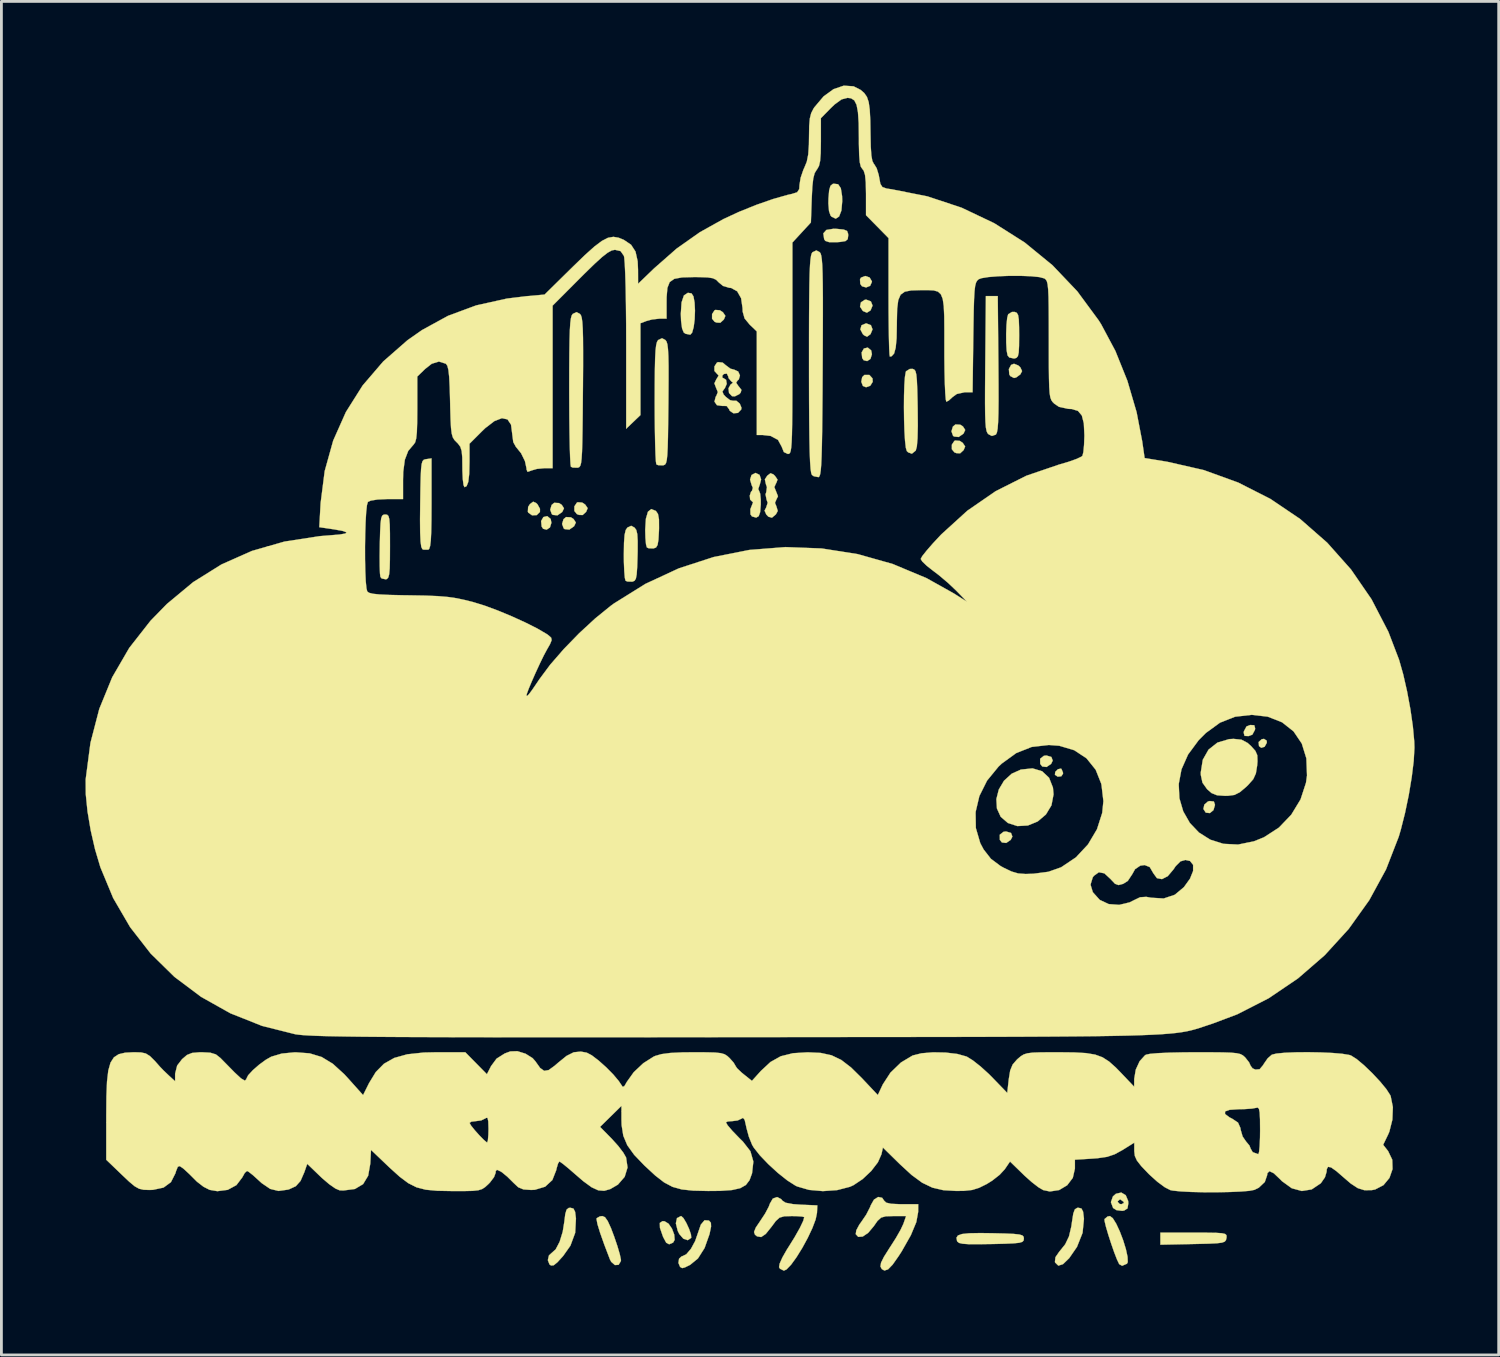
<source format=kicad_pcb>
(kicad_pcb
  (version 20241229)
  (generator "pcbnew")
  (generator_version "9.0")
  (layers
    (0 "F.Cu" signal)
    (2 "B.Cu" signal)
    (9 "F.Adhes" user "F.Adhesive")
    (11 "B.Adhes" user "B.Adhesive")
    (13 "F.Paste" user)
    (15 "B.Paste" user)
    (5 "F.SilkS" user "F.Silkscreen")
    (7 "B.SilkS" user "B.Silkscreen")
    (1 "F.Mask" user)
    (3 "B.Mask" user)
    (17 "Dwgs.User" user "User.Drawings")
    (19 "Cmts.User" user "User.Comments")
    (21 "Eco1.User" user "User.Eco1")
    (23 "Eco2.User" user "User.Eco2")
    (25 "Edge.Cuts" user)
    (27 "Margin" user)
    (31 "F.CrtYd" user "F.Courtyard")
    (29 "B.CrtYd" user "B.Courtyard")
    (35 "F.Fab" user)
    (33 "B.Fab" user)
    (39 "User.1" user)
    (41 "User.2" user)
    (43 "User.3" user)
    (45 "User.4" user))
  (footprint "HackCooper"
    (layer "F.Cu")
    (at 23.684 24.569)
    (property "Reference" "HackCooper" (at 0 0 0) (layer "F.SilkS") (effects (font (size 1.524 1.524) (thickness 0.3))))
    (attr through_hole)
    (fp_poly (pts (xy 18.439 -1.205) (xy 18.442 -1.129) (xy 18.364 -0.988) (xy 18.244 -0.951) (xy 18.164 -1.012) (xy 18.15 -1.157) (xy 18.261 -1.257) (xy 18.342 -1.27) (xy 18.439 -1.205)) (stroke (width 0.01) (type solid)) (fill yes) (layer "F.SilkS"))
    (fp_poly (pts (xy -7.096 -9.112) (xy -7.07 -8.975) (xy -7.122 -8.809) (xy -7.24 -8.731) (xy -7.365 -8.762) (xy -7.418 -8.841) (xy -7.437 -9.038) (xy -7.356 -9.18) (xy -7.218 -9.213) (xy -7.096 -9.112)) (stroke (width 0.01) (type solid)) (fill yes) (layer "F.SilkS"))
    (fp_poly (pts (xy 4.271 -14.247) (xy 4.381 -14.125) (xy 4.389 -14.003) (xy 4.3 -13.862) (xy 4.151 -13.809) (xy 4.039 -13.854) (xy 3.981 -14.003) (xy 4.012 -14.169) (xy 4.093 -14.249) (xy 4.271 -14.247)) (stroke (width 0.01) (type solid)) (fill yes) (layer "F.SilkS"))
    (fp_poly (pts (xy 4.334 -15.123) (xy 4.36 -14.986) (xy 4.308 -14.82) (xy 4.19 -14.742) (xy 4.065 -14.773) (xy 4.012 -14.853) (xy 3.993 -15.05) (xy 4.074 -15.191) (xy 4.212 -15.224) (xy 4.334 -15.123)) (stroke (width 0.01) (type solid)) (fill yes) (layer "F.SilkS"))
    (fp_poly (pts (xy 9.321 2.085) (xy 9.369 2.215) (xy 9.31 2.332) (xy 9.149 2.442) (xy 8.995 2.424) (xy 8.922 2.332) (xy 8.919 2.149) (xy 9.053 2.044) (xy 9.144 2.032) (xy 9.321 2.085)) (stroke (width 0.01) (type solid)) (fill yes) (layer "F.SilkS"))
    (fp_poly (pts (xy 10.76 -0.625) (xy 10.808 -0.495) (xy 10.75 -0.377) (xy 10.588 -0.267) (xy 10.434 -0.285) (xy 10.362 -0.377) (xy 10.359 -0.56) (xy 10.492 -0.666) (xy 10.583 -0.677) (xy 10.76 -0.625)) (stroke (width 0.01) (type solid)) (fill yes) (layer "F.SilkS"))
    (fp_poly (pts (xy 11.12 -0.197) (xy 11.173 -0.069) (xy 11.176 -0.028) (xy 11.113 0.065) (xy 10.985 0.078) (xy 10.886 0.01) (xy 10.898 -0.093) (xy 10.993 -0.187) (xy 11.099 -0.21) (xy 11.12 -0.197)) (stroke (width 0.01) (type solid)) (fill yes) (layer "F.SilkS"))
    (fp_poly (pts (xy 16.555 0.964) (xy 16.595 1.084) (xy 16.54 1.272) (xy 16.412 1.377) (xy 16.266 1.361) (xy 16.181 1.231) (xy 16.214 1.076) (xy 16.343 0.963) (xy 16.405 0.947) (xy 16.555 0.964)) (stroke (width 0.01) (type solid)) (fill yes) (layer "F.SilkS"))
    (fp_poly (pts (xy 4.278 -17.724) (xy 4.359 -17.587) (xy 4.36 -17.567) (xy 4.296 -17.425) (xy 4.153 -17.368) (xy 4.006 -17.41) (xy 3.945 -17.493) (xy 3.935 -17.655) (xy 3.968 -17.717) (xy 4.121 -17.777) (xy 4.278 -17.724)) (stroke (width 0.01) (type solid)) (fill yes) (layer "F.SilkS"))
    (fp_poly (pts (xy 17.995 -1.757) (xy 18.026 -1.647) (xy 18.02 -1.594) (xy 17.927 -1.42) (xy 17.794 -1.369) (xy 17.649 -1.376) (xy 17.619 -1.486) (xy 17.625 -1.538) (xy 17.718 -1.713) (xy 17.85 -1.764) (xy 17.995 -1.757)) (stroke (width 0.01) (type solid)) (fill yes) (layer "F.SilkS"))
    (fp_poly (pts (xy -7.617 -9.683) (xy -7.566 -9.634) (xy -7.477 -9.473) (xy -7.479 -9.362) (xy -7.594 -9.25) (xy -7.76 -9.242) (xy -7.894 -9.337) (xy -7.91 -9.371) (xy -7.9 -9.543) (xy -7.835 -9.643) (xy -7.72 -9.728) (xy -7.617 -9.683)) (stroke (width 0.01) (type solid)) (fill yes) (layer "F.SilkS"))
    (fp_poly (pts (xy -6.798 -9.679) (xy -6.702 -9.617) (xy -6.621 -9.492) (xy -6.682 -9.364) (xy -6.685 -9.36) (xy -6.855 -9.241) (xy -7.021 -9.258) (xy -7.056 -9.285) (xy -7.113 -9.442) (xy -7.062 -9.612) (xy -6.97 -9.688) (xy -6.798 -9.679)) (stroke (width 0.01) (type solid)) (fill yes) (layer "F.SilkS"))
    (fp_poly (pts (xy -6.374 -9.171) (xy -6.279 -9.109) (xy -6.198 -8.984) (xy -6.259 -8.856) (xy -6.262 -8.852) (xy -6.431 -8.733) (xy -6.597 -8.75) (xy -6.632 -8.777) (xy -6.69 -8.934) (xy -6.638 -9.104) (xy -6.547 -9.18) (xy -6.374 -9.171)) (stroke (width 0.01) (type solid)) (fill yes) (layer "F.SilkS"))
    (fp_poly (pts (xy 4.324 -16.87) (xy 4.383 -16.722) (xy 4.314 -16.555) (xy 4.305 -16.545) (xy 4.181 -16.468) (xy 4.043 -16.526) (xy 4.034 -16.533) (xy 3.936 -16.682) (xy 3.967 -16.836) (xy 4.107 -16.928) (xy 4.16 -16.933) (xy 4.324 -16.87)) (stroke (width 0.01) (type solid)) (fill yes) (layer "F.SilkS"))
    (fp_poly (pts (xy 4.324 -16.023) (xy 4.382 -15.876) (xy 4.313 -15.707) (xy 4.299 -15.693) (xy 4.186 -15.611) (xy 4.081 -15.661) (xy 4.037 -15.702) (xy 3.947 -15.872) (xy 3.989 -16.019) (xy 4.147 -16.086) (xy 4.16 -16.087) (xy 4.324 -16.023)) (stroke (width 0.01) (type solid)) (fill yes) (layer "F.SilkS"))
    (fp_poly (pts (xy 7.511 -12.473) (xy 7.607 -12.411) (xy 7.687 -12.286) (xy 7.627 -12.158) (xy 7.624 -12.154) (xy 7.454 -12.035) (xy 7.288 -12.052) (xy 7.253 -12.079) (xy 7.196 -12.236) (xy 7.247 -12.406) (xy 7.339 -12.482) (xy 7.511 -12.473)) (stroke (width 0.01) (type solid)) (fill yes) (layer "F.SilkS"))
    (fp_poly (pts (xy 9.578 -14.587) (xy 9.652 -14.52) (xy 9.715 -14.385) (xy 9.652 -14.266) (xy 9.506 -14.159) (xy 9.427 -14.139) (xy 9.295 -14.208) (xy 9.259 -14.266) (xy 9.244 -14.458) (xy 9.324 -14.606) (xy 9.427 -14.647) (xy 9.578 -14.587)) (stroke (width 0.01) (type solid)) (fill yes) (layer "F.SilkS"))
    (fp_poly (pts (xy -5.971 -9.696) (xy -5.864 -9.625) (xy -5.777 -9.497) (xy -5.827 -9.375) (xy -5.838 -9.36) (xy -5.956 -9.252) (xy -6.086 -9.257) (xy -6.16 -9.285) (xy -6.251 -9.396) (xy -6.251 -9.56) (xy -6.164 -9.692) (xy -6.132 -9.709) (xy -5.971 -9.696)) (stroke (width 0.01) (type solid)) (fill yes) (layer "F.SilkS"))
    (fp_poly (pts (xy -1.061 -16.554) (xy -0.953 -16.483) (xy -0.866 -16.355) (xy -0.916 -16.233) (xy -0.928 -16.218) (xy -1.045 -16.11) (xy -1.175 -16.115) (xy -1.249 -16.143) (xy -1.341 -16.254) (xy -1.34 -16.418) (xy -1.254 -16.55) (xy -1.221 -16.567) (xy -1.061 -16.554)) (stroke (width 0.01) (type solid)) (fill yes) (layer "F.SilkS"))
    (fp_poly (pts (xy 7.491 -11.897) (xy 7.598 -11.827) (xy 7.685 -11.698) (xy 7.635 -11.576) (xy 7.624 -11.561) (xy 7.506 -11.453) (xy 7.376 -11.459) (xy 7.303 -11.486) (xy 7.211 -11.597) (xy 7.211 -11.762) (xy 7.298 -11.893) (xy 7.33 -11.91) (xy 7.491 -11.897)) (stroke (width 0.01) (type solid)) (fill yes) (layer "F.SilkS"))
    (fp_poly (pts (xy -3.035 15.933) (xy -2.893 16.019) (xy -2.77 16.197) (xy -2.69 16.409) (xy -2.675 16.597) (xy -2.73 16.694) (xy -2.871 16.754) (xy -2.975 16.7) (xy -3.078 16.509) (xy -3.095 16.47) (xy -3.199 16.169) (xy -3.204 15.993) (xy -3.108 15.929) (xy -3.035 15.933)) (stroke (width 0.01) (type solid)) (fill yes) (layer "F.SilkS"))
    (fp_poly (pts (xy -2.362 15.819) (xy -2.259 15.992) (xy -2.16 16.206) (xy -2.093 16.404) (xy -2.083 16.524) (xy -2.085 16.527) (xy -2.209 16.608) (xy -2.364 16.555) (xy -2.51 16.388) (xy -2.565 16.277) (xy -2.632 16.006) (xy -2.592 15.821) (xy -2.451 15.748) (xy -2.441 15.748) (xy -2.362 15.819)) (stroke (width 0.01) (type solid)) (fill yes) (layer "F.SilkS"))
    (fp_poly (pts (xy 3.111 -19.457) (xy 3.355 -19.432) (xy 3.474 -19.383) (xy 3.511 -19.283) (xy 3.514 -19.219) (xy 3.497 -19.09) (xy 3.418 -19.022) (xy 3.231 -18.991) (xy 3.111 -18.982) (xy 2.842 -18.981) (xy 2.699 -19.028) (xy 2.657 -19.088) (xy 2.627 -19.297) (xy 2.736 -19.419) (xy 2.989 -19.461) (xy 3.111 -19.457)) (stroke (width 0.01) (type solid)) (fill yes) (layer "F.SilkS"))
    (fp_poly (pts (xy -2.072 -17.156) (xy -2.004 -17.05) (xy -1.964 -16.829) (xy -1.95 -16.541) (xy -1.961 -16.234) (xy -1.996 -15.957) (xy -2.052 -15.756) (xy -2.118 -15.683) (xy -2.286 -15.716) (xy -2.351 -15.762) (xy -2.41 -15.907) (xy -2.446 -16.176) (xy -2.455 -16.432) (xy -2.428 -16.836) (xy -2.345 -17.083) (xy -2.203 -17.177) (xy -2.072 -17.156)) (stroke (width 0.01) (type solid)) (fill yes) (layer "F.SilkS"))
    (fp_poly (pts (xy 3.154 -21.049) (xy 3.251 -20.908) (xy 3.296 -20.627) (xy 3.301 -20.443) (xy 3.272 -20.112) (xy 3.19 -19.899) (xy 3.07 -19.82) (xy 2.923 -19.89) (xy 2.885 -19.932) (xy 2.83 -20.09) (xy 2.807 -20.364) (xy 2.811 -20.545) (xy 2.835 -20.833) (xy 2.881 -20.991) (xy 2.961 -21.059) (xy 2.996 -21.068) (xy 3.154 -21.049)) (stroke (width 0.01) (type solid)) (fill yes) (layer "F.SilkS"))
    (fp_poly (pts (xy 16.308 16.341) (xy 16.634 16.346) (xy 16.841 16.36) (xy 16.956 16.386) (xy 17.003 16.429) (xy 17.008 16.492) (xy 17.003 16.531) (xy 16.985 16.607) (xy 16.94 16.66) (xy 16.841 16.696) (xy 16.66 16.718) (xy 16.37 16.732) (xy 15.945 16.742) (xy 15.812 16.745) (xy 14.647 16.769) (xy 14.647 16.341) (xy 15.839 16.341) (xy 16.308 16.341)) (stroke (width 0.01) (type solid)) (fill yes) (layer "F.SilkS"))
    (fp_poly (pts (xy 10.43 -0.115) (xy 10.678 0.118) (xy 10.816 0.469) (xy 10.837 0.71) (xy 10.763 1.099) (xy 10.564 1.428) (xy 10.272 1.675) (xy 9.922 1.819) (xy 9.548 1.84) (xy 9.21 1.731) (xy 8.952 1.508) (xy 8.818 1.213) (xy 8.798 0.877) (xy 8.885 0.536) (xy 9.07 0.224) (xy 9.344 -0.027) (xy 9.673 -0.175) (xy 10.088 -0.218) (xy 10.43 -0.115)) (stroke (width 0.01) (type solid)) (fill yes) (layer "F.SilkS"))
    (fp_poly (pts (xy -5.159 15.788) (xy -5.061 15.926) (xy -4.943 16.184) (xy -4.831 16.482) (xy -4.716 16.82) (xy -4.632 17.108) (xy -4.591 17.302) (xy -4.591 17.349) (xy -4.672 17.486) (xy -4.805 17.495) (xy -4.936 17.382) (xy -4.981 17.297) (xy -5.183 16.769) (xy -5.334 16.342) (xy -5.429 16.032) (xy -5.461 15.854) (xy -5.456 15.824) (xy -5.341 15.759) (xy -5.252 15.748) (xy -5.159 15.788)) (stroke (width 0.01) (type solid)) (fill yes) (layer "F.SilkS"))
    (fp_poly (pts (xy -3.347 -9.4) (xy -3.341 -9.395) (xy -3.269 -9.289) (xy -3.234 -9.098) (xy -3.232 -8.785) (xy -3.235 -8.686) (xy -3.253 -8.369) (xy -3.284 -8.185) (xy -3.339 -8.094) (xy -3.43 -8.061) (xy -3.432 -8.061) (xy -3.601 -8.067) (xy -3.665 -8.096) (xy -3.696 -8.206) (xy -3.717 -8.435) (xy -3.725 -8.724) (xy -3.7 -9.122) (xy -3.627 -9.371) (xy -3.508 -9.465) (xy -3.347 -9.4)) (stroke (width 0.01) (type solid)) (fill yes) (layer "F.SilkS"))
    (fp_poly (pts (xy 9.525 -16.465) (xy 9.572 -16.386) (xy 9.598 -16.226) (xy 9.608 -15.952) (xy 9.61 -15.662) (xy 9.607 -15.288) (xy 9.595 -15.051) (xy 9.566 -14.918) (xy 9.513 -14.856) (xy 9.43 -14.833) (xy 9.258 -14.87) (xy 9.197 -14.946) (xy 9.165 -15.119) (xy 9.149 -15.393) (xy 9.147 -15.715) (xy 9.159 -16.029) (xy 9.184 -16.281) (xy 9.219 -16.412) (xy 9.353 -16.494) (xy 9.45 -16.496) (xy 9.525 -16.465)) (stroke (width 0.01) (type solid)) (fill yes) (layer "F.SilkS"))
    (fp_poly (pts (xy 12.949 15.823) (xy 13.071 16.019) (xy 13.2 16.296) (xy 13.32 16.612) (xy 13.417 16.928) (xy 13.476 17.2) (xy 13.484 17.39) (xy 13.454 17.448) (xy 13.282 17.521) (xy 13.179 17.463) (xy 13.176 17.458) (xy 13.1 17.298) (xy 13 17.04) (xy 12.892 16.73) (xy 12.789 16.412) (xy 12.706 16.13) (xy 12.658 15.928) (xy 12.654 15.855) (xy 12.762 15.764) (xy 12.848 15.748) (xy 12.949 15.823)) (stroke (width 0.01) (type solid)) (fill yes) (layer "F.SilkS"))
    (fp_poly (pts (xy -6.283 15.481) (xy -6.225 15.596) (xy -6.195 15.833) (xy -6.222 16.345) (xy -6.391 16.802) (xy -6.651 17.17) (xy -6.855 17.395) (xy -6.988 17.503) (xy -7.083 17.511) (xy -7.14 17.47) (xy -7.197 17.319) (xy -7.158 17.152) (xy -7.074 17.074) (xy -6.918 16.935) (xy -6.777 16.666) (xy -6.667 16.308) (xy -6.611 15.96) (xy -6.575 15.674) (xy -6.529 15.519) (xy -6.455 15.459) (xy -6.392 15.452) (xy -6.283 15.481)) (stroke (width 0.01) (type solid)) (fill yes) (layer "F.SilkS"))
    (fp_poly (pts (xy 11.833 15.479) (xy 11.89 15.589) (xy 11.919 15.822) (xy 11.921 15.852) (xy 11.872 16.347) (xy 11.673 16.847) (xy 11.394 17.251) (xy 11.174 17.463) (xy 11.008 17.516) (xy 10.896 17.408) (xy 10.886 17.385) (xy 10.905 17.214) (xy 11.036 17.025) (xy 11.252 16.756) (xy 11.388 16.472) (xy 11.473 16.11) (xy 11.497 15.938) (xy 11.541 15.659) (xy 11.595 15.511) (xy 11.678 15.456) (xy 11.727 15.452) (xy 11.833 15.479)) (stroke (width 0.01) (type solid)) (fill yes) (layer "F.SilkS"))
    (fp_poly (pts (xy 8.87 -14.638) (xy 8.875 -13.906) (xy 8.876 -13.326) (xy 8.871 -12.883) (xy 8.86 -12.558) (xy 8.843 -12.334) (xy 8.818 -12.197) (xy 8.785 -12.127) (xy 8.778 -12.12) (xy 8.639 -12.072) (xy 8.522 -12.13) (xy 8.48 -12.174) (xy 8.448 -12.249) (xy 8.424 -12.375) (xy 8.408 -12.571) (xy 8.398 -12.855) (xy 8.394 -13.247) (xy 8.395 -13.764) (xy 8.4 -14.427) (xy 8.402 -14.647) (xy 8.424 -17.06) (xy 8.848 -17.06) (xy 8.87 -14.638)) (stroke (width 0.01) (type solid)) (fill yes) (layer "F.SilkS"))
    (fp_poly (pts (xy -11.345 -9.667) (xy -11.348 -9.082) (xy -11.356 -8.647) (xy -11.371 -8.342) (xy -11.395 -8.148) (xy -11.429 -8.045) (xy -11.459 -8.018) (xy -11.627 -8.016) (xy -11.672 -8.036) (xy -11.71 -8.115) (xy -11.736 -8.308) (xy -11.751 -8.628) (xy -11.755 -9.089) (xy -11.749 -9.658) (xy -11.741 -10.207) (xy -11.731 -10.61) (xy -11.718 -10.889) (xy -11.697 -11.069) (xy -11.667 -11.172) (xy -11.623 -11.222) (xy -11.563 -11.241) (xy -11.536 -11.245) (xy -11.345 -11.272) (xy -11.345 -9.667)) (stroke (width 0.01) (type solid)) (fill yes) (layer "F.SilkS"))
    (fp_poly (pts (xy -4.104 -8.803) (xy -4.044 -8.721) (xy -4.008 -8.573) (xy -3.993 -8.329) (xy -3.994 -7.957) (xy -3.998 -7.798) (xy -4.011 -7.398) (xy -4.029 -7.136) (xy -4.058 -6.983) (xy -4.106 -6.907) (xy -4.177 -6.878) (xy -4.194 -6.876) (xy -4.363 -6.881) (xy -4.427 -6.911) (xy -4.452 -7.016) (xy -4.472 -7.251) (xy -4.485 -7.579) (xy -4.487 -7.835) (xy -4.481 -8.26) (xy -4.46 -8.544) (xy -4.42 -8.717) (xy -4.36 -8.805) (xy -4.226 -8.868) (xy -4.104 -8.803)) (stroke (width 0.01) (type solid)) (fill yes) (layer "F.SilkS"))
    (fp_poly (pts (xy -1.456 15.907) (xy -1.445 15.914) (xy -1.382 15.987) (xy -1.376 16.123) (xy -1.427 16.37) (xy -1.433 16.396) (xy -1.607 16.886) (xy -1.844 17.259) (xy -2.121 17.486) (xy -2.309 17.579) (xy -2.405 17.604) (xy -2.466 17.571) (xy -2.484 17.554) (xy -2.54 17.419) (xy -2.518 17.269) (xy -2.432 17.188) (xy -2.419 17.187) (xy -2.262 17.112) (xy -2.093 16.915) (xy -1.943 16.638) (xy -1.851 16.371) (xy -1.74 16.051) (xy -1.609 15.897) (xy -1.456 15.907)) (stroke (width 0.01) (type solid)) (fill yes) (layer "F.SilkS"))
    (fp_poly (pts (xy 13.412 15.004) (xy 13.498 15.209) (xy 13.504 15.292) (xy 13.475 15.474) (xy 13.357 15.55) (xy 13.285 15.562) (xy 13.08 15.536) (xy 12.961 15.46) (xy 12.883 15.254) (xy 12.887 15.24) (xy 13.123 15.24) (xy 13.192 15.314) (xy 13.255 15.325) (xy 13.343 15.284) (xy 13.335 15.24) (xy 13.227 15.159) (xy 13.203 15.155) (xy 13.126 15.22) (xy 13.123 15.24) (xy 12.887 15.24) (xy 12.953 15.049) (xy 13.06 14.953) (xy 13.253 14.909) (xy 13.412 15.004)) (stroke (width 0.01) (type solid)) (fill yes) (layer "F.SilkS"))
    (fp_poly (pts (xy 8.643 16.359) (xy 9.101 16.37) (xy 9.416 16.384) (xy 9.615 16.405) (xy 9.724 16.437) (xy 9.77 16.485) (xy 9.779 16.552) (xy 9.769 16.62) (xy 9.723 16.668) (xy 9.614 16.7) (xy 9.416 16.72) (xy 9.102 16.734) (xy 8.647 16.745) (xy 8.613 16.745) (xy 8.14 16.752) (xy 7.809 16.75) (xy 7.595 16.735) (xy 7.47 16.706) (xy 7.409 16.66) (xy 7.395 16.634) (xy 7.375 16.52) (xy 7.427 16.44) (xy 7.572 16.388) (xy 7.83 16.361) (xy 8.221 16.354) (xy 8.643 16.359)) (stroke (width 0.01) (type solid)) (fill yes) (layer "F.SilkS"))
    (fp_poly (pts (xy -12.928 -9.262) (xy -12.881 -9.217) (xy -12.852 -9.11) (xy -12.835 -8.914) (xy -12.828 -8.603) (xy -12.827 -8.15) (xy -12.827 -8.129) (xy -12.829 -7.666) (xy -12.837 -7.346) (xy -12.856 -7.141) (xy -12.887 -7.026) (xy -12.935 -6.972) (xy -12.975 -6.959) (xy -13.123 -6.99) (xy -13.169 -7.047) (xy -13.184 -7.173) (xy -13.193 -7.431) (xy -13.195 -7.785) (xy -13.19 -8.196) (xy -13.19 -8.217) (xy -13.178 -8.656) (xy -13.163 -8.952) (xy -13.14 -9.134) (xy -13.104 -9.23) (xy -13.05 -9.266) (xy -12.996 -9.271) (xy -12.928 -9.262)) (stroke (width 0.01) (type solid)) (fill yes) (layer "F.SilkS"))
    (fp_poly (pts (xy 17.541 -1.24) (xy 17.758 -1.124) (xy 17.882 -1.012) (xy 18.035 -0.841) (xy 18.103 -0.685) (xy 18.11 -0.47) (xy 18.098 -0.319) (xy 18.053 -0.038) (xy 17.959 0.168) (xy 17.776 0.375) (xy 17.71 0.439) (xy 17.482 0.632) (xy 17.29 0.729) (xy 17.059 0.76) (xy 16.952 0.762) (xy 16.668 0.742) (xy 16.472 0.663) (xy 16.314 0.525) (xy 16.148 0.293) (xy 16.089 0.018) (xy 16.087 -0.072) (xy 16.159 -0.524) (xy 16.364 -0.886) (xy 16.682 -1.137) (xy 17.096 -1.26) (xy 17.257 -1.27) (xy 17.541 -1.24)) (stroke (width 0.01) (type solid)) (fill yes) (layer "F.SilkS"))
    (fp_poly (pts (xy 0.843 -10.704) (xy 0.903 -10.648) (xy 0.994 -10.515) (xy 0.949 -10.393) (xy 0.94 -10.383) (xy 0.88 -10.248) (xy 0.946 -10.084) (xy 1.01 -9.921) (xy 0.956 -9.813) (xy 0.902 -9.685) (xy 0.953 -9.563) (xy 1.002 -9.398) (xy 0.937 -9.278) (xy 0.795 -9.157) (xy 0.668 -9.193) (xy 0.593 -9.271) (xy 0.531 -9.41) (xy 0.588 -9.52) (xy 0.643 -9.689) (xy 0.604 -9.799) (xy 0.566 -9.988) (xy 0.593 -10.075) (xy 0.616 -10.248) (xy 0.578 -10.356) (xy 0.542 -10.525) (xy 0.627 -10.654) (xy 0.743 -10.743) (xy 0.843 -10.704)) (stroke (width 0.01) (type solid)) (fill yes) (layer "F.SilkS"))
    (fp_poly (pts (xy 5.869 -14.441) (xy 5.913 -14.382) (xy 5.943 -14.262) (xy 5.963 -14.056) (xy 5.977 -13.741) (xy 5.988 -13.292) (xy 5.992 -13.049) (xy 5.997 -12.44) (xy 5.987 -11.994) (xy 5.963 -11.701) (xy 5.924 -11.555) (xy 5.918 -11.547) (xy 5.785 -11.439) (xy 5.655 -11.486) (xy 5.605 -11.532) (xy 5.57 -11.649) (xy 5.541 -11.899) (xy 5.52 -12.247) (xy 5.507 -12.656) (xy 5.502 -13.09) (xy 5.505 -13.513) (xy 5.517 -13.89) (xy 5.538 -14.183) (xy 5.568 -14.358) (xy 5.578 -14.38) (xy 5.712 -14.462) (xy 5.81 -14.464) (xy 5.869 -14.441)) (stroke (width 0.01) (type solid)) (fill yes) (layer "F.SilkS"))
    (fp_poly (pts (xy 0.353 -10.685) (xy 0.409 -10.523) (xy 0.359 -10.331) (xy 0.354 -10.322) (xy 0.306 -10.178) (xy 0.334 -10.12) (xy 0.375 -10.015) (xy 0.396 -9.799) (xy 0.396 -9.631) (xy 0.374 -9.356) (xy 0.322 -9.212) (xy 0.233 -9.16) (xy 0.082 -9.203) (xy 0.029 -9.276) (xy 0.025 -9.461) (xy 0.072 -9.579) (xy 0.121 -9.706) (xy 0.085 -9.737) (xy 0.017 -9.803) (xy 0.004 -9.946) (xy 0.048 -10.082) (xy 0.083 -10.117) (xy 0.114 -10.223) (xy 0.07 -10.322) (xy 0.014 -10.515) (xy 0.066 -10.679) (xy 0.203 -10.752) (xy 0.212 -10.753) (xy 0.353 -10.685)) (stroke (width 0.01) (type solid)) (fill yes) (layer "F.SilkS"))
    (fp_poly (pts (xy -3.004 -15.493) (xy -2.965 -15.439) (xy -2.934 -15.339) (xy -2.913 -15.174) (xy -2.899 -14.924) (xy -2.892 -14.57) (xy -2.892 -14.092) (xy -2.896 -13.471) (xy -2.898 -13.218) (xy -2.906 -12.556) (xy -2.913 -12.045) (xy -2.923 -11.664) (xy -2.937 -11.394) (xy -2.956 -11.215) (xy -2.983 -11.107) (xy -3.018 -11.052) (xy -3.065 -11.03) (xy -3.094 -11.024) (xy -3.262 -11.03) (xy -3.327 -11.06) (xy -3.343 -11.157) (xy -3.358 -11.401) (xy -3.37 -11.767) (xy -3.379 -12.232) (xy -3.385 -12.773) (xy -3.387 -13.254) (xy -3.385 -13.927) (xy -3.38 -14.45) (xy -3.371 -14.842) (xy -3.356 -15.122) (xy -3.334 -15.311) (xy -3.304 -15.427) (xy -3.266 -15.489) (xy -3.26 -15.494) (xy -3.125 -15.557) (xy -3.004 -15.493)) (stroke (width 0.01) (type solid)) (fill yes) (layer "F.SilkS"))
    (fp_poly (pts (xy -6.052 -16.424) (xy -6.016 -16.375) (xy -5.988 -16.283) (xy -5.967 -16.129) (xy -5.952 -15.898) (xy -5.943 -15.571) (xy -5.94 -15.131) (xy -5.94 -14.561) (xy -5.945 -13.844) (xy -5.947 -13.641) (xy -5.953 -12.898) (xy -5.96 -12.307) (xy -5.968 -11.85) (xy -5.978 -11.509) (xy -5.993 -11.268) (xy -6.012 -11.109) (xy -6.038 -11.013) (xy -6.072 -10.964) (xy -6.115 -10.944) (xy -6.142 -10.94) (xy -6.31 -10.945) (xy -6.375 -10.975) (xy -6.389 -11.071) (xy -6.403 -11.316) (xy -6.415 -11.689) (xy -6.424 -12.168) (xy -6.431 -12.732) (xy -6.434 -13.362) (xy -6.435 -13.677) (xy -6.434 -14.432) (xy -6.43 -15.034) (xy -6.423 -15.501) (xy -6.412 -15.851) (xy -6.396 -16.101) (xy -6.374 -16.268) (xy -6.346 -16.37) (xy -6.31 -16.423) (xy -6.308 -16.425) (xy -6.172 -16.488) (xy -6.052 -16.424)) (stroke (width 0.01) (type solid)) (fill yes) (layer "F.SilkS"))
    (fp_poly (pts (xy 4.725 15.096) (xy 4.795 15.198) (xy 4.87 15.27) (xy 5.045 15.31) (xy 5.351 15.324) (xy 5.428 15.325) (xy 6.011 15.325) (xy 6.009 15.6) (xy 5.943 15.963) (xy 5.748 16.431) (xy 5.426 16.999) (xy 5.319 17.166) (xy 5.101 17.477) (xy 4.936 17.648) (xy 4.807 17.691) (xy 4.713 17.639) (xy 4.664 17.546) (xy 4.686 17.409) (xy 4.789 17.201) (xy 4.984 16.892) (xy 5.025 16.829) (xy 5.218 16.526) (xy 5.381 16.24) (xy 5.481 16.028) (xy 5.486 16.014) (xy 5.579 15.748) (xy 5.124 15.748) (xy 4.854 15.756) (xy 4.688 15.802) (xy 4.558 15.921) (xy 4.427 16.108) (xy 4.227 16.346) (xy 4.033 16.478) (xy 3.872 16.49) (xy 3.783 16.393) (xy 3.803 16.255) (xy 3.911 16.053) (xy 3.979 15.959) (xy 4.156 15.699) (xy 4.295 15.428) (xy 4.32 15.361) (xy 4.434 15.16) (xy 4.584 15.067) (xy 4.725 15.096)) (stroke (width 0.01) (type solid)) (fill yes) (layer "F.SilkS"))
    (fp_poly (pts (xy 1.126 15.144) (xy 1.161 15.193) (xy 1.281 15.272) (xy 1.546 15.322) (xy 1.821 15.342) (xy 2.413 15.367) (xy 2.401 15.634) (xy 2.353 15.868) (xy 2.236 16.177) (xy 2.071 16.527) (xy 1.877 16.883) (xy 1.673 17.212) (xy 1.48 17.479) (xy 1.316 17.65) (xy 1.221 17.695) (xy 1.083 17.627) (xy 1.048 17.571) (xy 1.069 17.445) (xy 1.168 17.223) (xy 1.325 16.947) (xy 1.373 16.872) (xy 1.607 16.496) (xy 1.792 16.167) (xy 1.911 15.917) (xy 1.947 15.786) (xy 1.871 15.765) (xy 1.674 15.751) (xy 1.498 15.748) (xy 1.234 15.756) (xy 1.067 15.803) (xy 0.932 15.924) (xy 0.78 16.129) (xy 0.574 16.385) (xy 0.41 16.496) (xy 0.264 16.472) (xy 0.189 16.411) (xy 0.156 16.316) (xy 0.217 16.161) (xy 0.378 15.922) (xy 0.55 15.661) (xy 0.68 15.416) (xy 0.723 15.301) (xy 0.825 15.125) (xy 0.978 15.069) (xy 1.126 15.144)) (stroke (width 0.01) (type solid)) (fill yes) (layer "F.SilkS"))
    (fp_poly (pts (xy 2.498 -18.626) (xy 2.529 -18.584) (xy 2.553 -18.502) (xy 2.573 -18.367) (xy 2.589 -18.163) (xy 2.6 -17.878) (xy 2.607 -17.497) (xy 2.611 -17.005) (xy 2.611 -16.389) (xy 2.609 -15.633) (xy 2.605 -14.725) (xy 2.604 -14.574) (xy 2.599 -13.644) (xy 2.592 -12.87) (xy 2.585 -12.237) (xy 2.576 -11.732) (xy 2.565 -11.341) (xy 2.552 -11.05) (xy 2.535 -10.844) (xy 2.515 -10.711) (xy 2.49 -10.636) (xy 2.461 -10.605) (xy 2.454 -10.603) (xy 2.286 -10.636) (xy 2.221 -10.682) (xy 2.195 -10.749) (xy 2.173 -10.901) (xy 2.155 -11.149) (xy 2.141 -11.504) (xy 2.131 -11.978) (xy 2.124 -12.583) (xy 2.119 -13.33) (xy 2.117 -14.229) (xy 2.117 -14.654) (xy 2.117 -15.578) (xy 2.119 -16.347) (xy 2.124 -16.976) (xy 2.13 -17.478) (xy 2.139 -17.867) (xy 2.152 -18.159) (xy 2.169 -18.366) (xy 2.19 -18.504) (xy 2.215 -18.587) (xy 2.244 -18.627) (xy 2.379 -18.689) (xy 2.498 -18.626)) (stroke (width 0.01) (type solid)) (fill yes) (layer "F.SilkS"))
    (fp_poly (pts (xy -0.962 -14.688) (xy -0.855 -14.598) (xy -0.685 -14.471) (xy -0.551 -14.436) (xy -0.409 -14.371) (xy -0.346 -14.229) (xy -0.388 -14.086) (xy -0.429 -14.051) (xy -0.483 -13.972) (xy -0.401 -13.851) (xy -0.389 -13.839) (xy -0.292 -13.714) (xy -0.322 -13.615) (xy -0.368 -13.565) (xy -0.528 -13.484) (xy -0.628 -13.49) (xy -0.736 -13.604) (xy -0.755 -13.772) (xy -0.68 -13.907) (xy -0.656 -13.921) (xy -0.594 -13.976) (xy -0.656 -14.019) (xy -0.754 -14.138) (xy -0.762 -14.189) (xy -0.814 -14.297) (xy -0.921 -14.282) (xy -0.974 -14.224) (xy -0.972 -14.146) (xy -0.945 -14.139) (xy -0.841 -14.075) (xy -0.817 -13.929) (xy -0.884 -13.777) (xy -0.896 -13.764) (xy -0.971 -13.658) (xy -0.932 -13.554) (xy -0.847 -13.462) (xy -0.701 -13.35) (xy -0.602 -13.329) (xy -0.474 -13.328) (xy -0.352 -13.224) (xy -0.292 -13.079) (xy -0.301 -13.015) (xy -0.416 -12.895) (xy -0.578 -12.88) (xy -0.709 -12.969) (xy -0.734 -13.026) (xy -0.82 -13.141) (xy -0.979 -13.143) (xy -1.166 -13.169) (xy -1.255 -13.295) (xy -1.212 -13.469) (xy -1.19 -13.499) (xy -1.135 -13.637) (xy -1.197 -13.787) (xy -1.258 -13.948) (xy -1.188 -14.095) (xy -1.18 -14.104) (xy -1.107 -14.227) (xy -1.162 -14.286) (xy -1.164 -14.287) (xy -1.256 -14.39) (xy -1.257 -14.549) (xy -1.172 -14.683) (xy -1.13 -14.706) (xy -0.962 -14.688)) (stroke (width 0.01) (type solid)) (fill yes) (layer "F.SilkS"))
    (fp_poly (pts (xy -7.992 9.958) (xy -7.74 10.116) (xy -7.642 10.228) (xy -7.472 10.466) (xy -7.328 10.569) (xy -7.168 10.542) (xy -6.952 10.385) (xy -6.836 10.284) (xy -6.529 10.035) (xy -6.273 9.907) (xy -6.022 9.882) (xy -5.809 9.921) (xy -5.632 10.014) (xy -5.388 10.2) (xy -5.119 10.44) (xy -4.865 10.697) (xy -4.667 10.933) (xy -4.595 11.042) (xy -4.528 11.14) (xy -4.468 11.115) (xy -4.377 10.958) (xy -4.133 10.616) (xy -3.792 10.296) (xy -3.424 10.062) (xy -3.368 10.037) (xy -3.147 9.973) (xy -2.831 9.931) (xy -2.393 9.91) (xy -1.989 9.906) (xy -1.545 9.908) (xy -1.237 9.916) (xy -1.031 9.938) (xy -0.895 9.977) (xy -0.796 10.04) (xy -0.716 10.114) (xy -0.576 10.271) (xy -0.509 10.381) (xy -0.508 10.389) (xy -0.447 10.478) (xy -0.295 10.624) (xy -0.213 10.691) (xy 0.081 10.926) (xy 0.4 10.572) (xy 0.742 10.254) (xy 1.108 10.049) (xy 1.545 9.94) (xy 2.069 9.908) (xy 2.535 9.93) (xy 2.919 10.014) (xy 3.265 10.179) (xy 3.614 10.447) (xy 4.01 10.837) (xy 4.015 10.843) (xy 4.57 11.432) (xy 4.749 11.051) (xy 5.021 10.633) (xy 5.397 10.27) (xy 5.812 10.022) (xy 6.127 9.943) (xy 6.541 9.908) (xy 6.989 9.917) (xy 7.407 9.967) (xy 7.732 10.058) (xy 7.747 10.064) (xy 7.961 10.197) (xy 8.238 10.416) (xy 8.532 10.683) (xy 8.636 10.788) (xy 9.186 11.356) (xy 9.24 10.868) (xy 9.291 10.556) (xy 9.378 10.345) (xy 9.529 10.17) (xy 9.559 10.142) (xy 9.669 10.049) (xy 9.774 9.984) (xy 9.906 9.943) (xy 10.097 9.919) (xy 10.379 9.909) (xy 10.785 9.906) (xy 11.011 9.906) (xy 11.57 9.912) (xy 11.995 9.936) (xy 12.321 9.99) (xy 12.584 10.086) (xy 12.817 10.236) (xy 13.057 10.45) (xy 13.242 10.64) (xy 13.712 11.134) (xy 13.714 10.854) (xy 13.769 10.527) (xy 13.907 10.226) (xy 14.096 10.017) (xy 14.135 9.993) (xy 14.275 9.963) (xy 14.561 9.938) (xy 14.968 9.92) (xy 15.471 9.909) (xy 15.897 9.906) (xy 16.455 9.907) (xy 16.869 9.911) (xy 17.164 9.921) (xy 17.365 9.94) (xy 17.497 9.97) (xy 17.586 10.015) (xy 17.656 10.076) (xy 17.681 10.102) (xy 17.81 10.266) (xy 17.865 10.387) (xy 17.865 10.388) (xy 17.935 10.48) (xy 18.036 10.524) (xy 18.187 10.511) (xy 18.313 10.361) (xy 18.333 10.324) (xy 18.473 10.123) (xy 18.622 9.993) (xy 18.789 9.952) (xy 19.085 9.924) (xy 19.472 9.908) (xy 19.91 9.904) (xy 20.359 9.912) (xy 20.78 9.931) (xy 21.134 9.961) (xy 21.382 10.002) (xy 21.445 10.022) (xy 21.646 10.149) (xy 21.911 10.371) (xy 22.201 10.65) (xy 22.479 10.947) (xy 22.706 11.222) (xy 22.846 11.439) (xy 22.859 11.469) (xy 22.938 11.862) (xy 22.92 12.312) (xy 22.812 12.74) (xy 22.768 12.841) (xy 22.592 13.206) (xy 22.768 13.43) (xy 22.916 13.739) (xy 22.926 14.072) (xy 22.816 14.388) (xy 22.603 14.645) (xy 22.305 14.8) (xy 22.183 14.823) (xy 21.921 14.825) (xy 21.687 14.752) (xy 21.432 14.585) (xy 21.209 14.393) (xy 20.923 14.145) (xy 20.736 14.013) (xy 20.627 13.991) (xy 20.581 14.073) (xy 20.574 14.17) (xy 20.516 14.365) (xy 20.375 14.569) (xy 20.36 14.584) (xy 20.043 14.797) (xy 19.692 14.854) (xy 19.331 14.755) (xy 18.984 14.504) (xy 18.92 14.438) (xy 18.69 14.22) (xy 18.537 14.147) (xy 18.462 14.221) (xy 18.455 14.287) (xy 18.371 14.533) (xy 18.154 14.738) (xy 18 14.813) (xy 17.821 14.848) (xy 17.51 14.873) (xy 17.109 14.89) (xy 16.655 14.899) (xy 16.187 14.898) (xy 15.745 14.888) (xy 15.367 14.868) (xy 15.092 14.84) (xy 15.003 14.822) (xy 14.804 14.72) (xy 14.54 14.525) (xy 14.257 14.27) (xy 14.221 14.234) (xy 13.964 13.965) (xy 13.81 13.767) (xy 13.736 13.603) (xy 13.716 13.433) (xy 13.716 13.428) (xy 13.716 13.13) (xy 13.293 13.394) (xy 13.016 13.545) (xy 12.748 13.635) (xy 12.414 13.684) (xy 12.234 13.698) (xy 11.599 13.738) (xy 11.599 14.054) (xy 11.524 14.385) (xy 11.323 14.649) (xy 11.037 14.82) (xy 10.706 14.871) (xy 10.469 14.821) (xy 10.298 14.721) (xy 10.058 14.535) (xy 9.797 14.302) (xy 9.763 14.268) (xy 9.285 13.803) (xy 9.097 14.079) (xy 8.916 14.275) (xy 8.651 14.483) (xy 8.455 14.605) (xy 8.18 14.741) (xy 7.935 14.817) (xy 7.646 14.848) (xy 7.366 14.852) (xy 6.908 14.825) (xy 6.517 14.734) (xy 6.153 14.559) (xy 5.774 14.281) (xy 5.361 13.901) (xy 4.752 13.304) (xy 4.699 13.547) (xy 4.572 13.832) (xy 4.335 14.14) (xy 4.031 14.427) (xy 3.705 14.645) (xy 3.576 14.704) (xy 3.119 14.822) (xy 2.611 14.858) (xy 2.115 14.814) (xy 1.695 14.692) (xy 1.634 14.663) (xy 1.342 14.476) (xy 1.005 14.208) (xy 0.666 13.897) (xy 0.366 13.584) (xy 0.147 13.307) (xy 0.088 13.208) (xy -0.027 12.923) (xy -0.115 12.601) (xy -0.126 12.544) (xy -0.178 12.318) (xy -0.237 12.245) (xy -0.28 12.269) (xy -0.428 12.338) (xy -0.61 12.361) (xy -0.781 12.374) (xy -0.847 12.404) (xy -0.787 12.509) (xy -0.62 12.705) (xy -0.365 12.969) (xy -0.242 13.09) (xy 0.026 13.434) (xy 0.132 13.803) (xy 0.085 14.224) (xy 0.084 14.226) (xy -0.004 14.467) (xy -0.135 14.639) (xy -0.335 14.753) (xy -0.631 14.82) (xy -1.048 14.849) (xy -1.482 14.853) (xy -2.012 14.841) (xy -2.42 14.798) (xy -2.751 14.706) (xy -3.051 14.547) (xy -3.367 14.302) (xy -3.745 13.952) (xy -3.75 13.948) (xy -4.119 13.563) (xy -4.364 13.222) (xy -4.506 12.884) (xy -4.566 12.506) (xy -4.572 12.304) (xy -4.572 12.109) (xy 16.954 12.109) (xy 17.116 12.23) (xy 17.21 12.277) (xy 17.415 12.414) (xy 17.501 12.606) (xy 17.51 12.67) (xy 17.58 12.91) (xy 17.7 13.085) (xy 17.825 13.236) (xy 17.865 13.341) (xy 17.94 13.469) (xy 18.131 13.539) (xy 18.14 13.54) (xy 18.166 13.464) (xy 18.187 13.254) (xy 18.2 12.946) (xy 18.203 12.691) (xy 18.2 12.302) (xy 18.188 12.055) (xy 18.162 11.923) (xy 18.118 11.879) (xy 18.069 11.887) (xy 17.915 11.915) (xy 17.656 11.933) (xy 17.434 11.938) (xy 17.116 11.959) (xy 16.954 12.017) (xy 16.954 12.109) (xy -4.572 12.109) (xy -4.572 11.818) (xy -4.953 12.192) (xy -5.335 12.567) (xy -4.916 12.993) (xy -4.689 13.245) (xy -4.505 13.487) (xy -4.407 13.658) (xy -4.355 14.015) (xy -4.457 14.348) (xy -4.698 14.626) (xy -4.97 14.785) (xy -5.187 14.847) (xy -5.398 14.83) (xy -5.636 14.721) (xy -5.931 14.506) (xy -6.211 14.265) (xy -6.457 14.051) (xy -6.655 13.889) (xy -6.771 13.807) (xy -6.785 13.801) (xy -6.834 13.875) (xy -6.887 14.057) (xy -6.896 14.106) (xy -7.036 14.463) (xy -7.293 14.7) (xy -7.658 14.81) (xy -7.793 14.817) (xy -8.066 14.798) (xy -8.253 14.721) (xy -8.437 14.548) (xy -8.443 14.541) (xy -8.644 14.342) (xy -8.834 14.186) (xy -8.875 14.16) (xy -9.011 14.097) (xy -9.056 14.146) (xy -9.059 14.207) (xy -9.117 14.36) (xy -9.262 14.552) (xy -9.319 14.61) (xy -9.433 14.714) (xy -9.54 14.784) (xy -9.675 14.827) (xy -9.874 14.849) (xy -10.171 14.856) (xy -10.601 14.856) (xy -10.61 14.856) (xy -11.142 14.846) (xy -11.55 14.808) (xy -11.879 14.723) (xy -12.174 14.575) (xy -12.481 14.345) (xy -12.844 14.017) (xy -12.905 13.959) (xy -13.504 13.387) (xy -13.529 13.878) (xy -13.605 14.309) (xy -13.785 14.608) (xy -14.077 14.782) (xy -14.487 14.835) (xy -14.622 14.83) (xy -14.77 14.767) (xy -14.992 14.613) (xy -15.244 14.398) (xy -15.294 14.351) (xy -15.778 13.885) (xy -15.88 14.182) (xy -16.016 14.494) (xy -16.184 14.682) (xy -16.429 14.795) (xy -16.466 14.805) (xy -16.802 14.852) (xy -17.099 14.779) (xy -17.404 14.571) (xy -17.514 14.47) (xy -17.714 14.289) (xy -17.867 14.169) (xy -17.925 14.139) (xy -18.004 14.208) (xy -18.096 14.372) (xy -18.303 14.644) (xy -18.612 14.812) (xy -18.982 14.86) (xy -19.259 14.813) (xy -19.477 14.702) (xy -19.712 14.52) (xy -19.773 14.459) (xy -19.979 14.253) (xy -20.167 14.079) (xy -20.21 14.043) (xy -20.325 13.965) (xy -20.393 13.99) (xy -20.455 14.143) (xy -20.479 14.224) (xy -20.639 14.539) (xy -20.902 14.732) (xy -21.282 14.813) (xy -21.408 14.817) (xy -21.613 14.81) (xy -21.774 14.773) (xy -21.931 14.685) (xy -22.128 14.521) (xy -22.385 14.278) (xy -22.945 13.74) (xy -22.945 12.425) (xy -9.99 12.425) (xy -9.937 12.518) (xy -9.807 12.681) (xy -9.642 12.866) (xy -9.484 13.027) (xy -9.377 13.117) (xy -9.36 13.123) (xy -9.335 13.047) (xy -9.318 12.848) (xy -9.313 12.641) (xy -9.321 12.371) (xy -9.348 12.247) (xy -9.4 12.246) (xy -9.415 12.26) (xy -9.571 12.336) (xy -9.754 12.361) (xy -9.924 12.381) (xy -9.99 12.425) (xy -22.945 12.425) (xy -22.945 12.158) (xy -22.939 11.48) (xy -22.918 10.953) (xy -22.872 10.557) (xy -22.792 10.275) (xy -22.672 10.088) (xy -22.501 9.976) (xy -22.273 9.922) (xy -21.978 9.906) (xy -21.93 9.906) (xy -21.702 9.913) (xy -21.535 9.95) (xy -21.386 10.043) (xy -21.208 10.22) (xy -21.025 10.427) (xy -20.895 10.562) (xy -20.715 10.733) (xy -20.708 10.74) (xy -20.489 10.94) (xy -20.489 10.67) (xy -20.416 10.38) (xy -20.242 10.153) (xy -20.066 10.003) (xy -19.883 9.93) (xy -19.621 9.907) (xy -19.535 9.906) (xy -19.234 9.922) (xy -19.035 9.983) (xy -18.874 10.11) (xy -18.872 10.112) (xy -18.685 10.302) (xy -18.457 10.534) (xy -18.373 10.62) (xy -18.141 10.836) (xy -18.002 10.918) (xy -17.95 10.868) (xy -17.949 10.853) (xy -17.885 10.727) (xy -17.719 10.547) (xy -17.494 10.35) (xy -17.252 10.173) (xy -17.06 10.064) (xy -16.686 9.953) (xy -16.224 9.908) (xy -16.187 9.908) (xy -15.691 9.945) (xy -15.263 10.075) (xy -14.865 10.317) (xy -14.457 10.689) (xy -14.314 10.844) (xy -13.786 11.434) (xy -13.573 11.006) (xy -13.332 10.611) (xy -13.041 10.316) (xy -12.675 10.109) (xy -12.21 9.979) (xy -11.622 9.916) (xy -11.169 9.906) (xy -10.141 9.906) (xy -9.756 10.297) (xy -9.37 10.689) (xy -9.222 10.4) (xy -9.026 10.134) (xy -8.735 9.95) (xy -8.536 9.876) (xy -8.282 9.868) (xy -7.992 9.958)) (stroke (width 0.01) (type solid)) (fill yes) (layer "F.SilkS"))
    (fp_poly (pts (xy 3.706 -24.541) (xy 3.956 -24.414) (xy 4.088 -24.299) (xy 4.182 -24.163) (xy 4.245 -23.977) (xy 4.282 -23.709) (xy 4.302 -23.331) (xy 4.31 -22.849) (xy 4.319 -22.39) (xy 4.34 -22.075) (xy 4.376 -21.878) (xy 4.43 -21.773) (xy 4.441 -21.763) (xy 4.529 -21.62) (xy 4.602 -21.383) (xy 4.619 -21.291) (xy 4.661 -21.065) (xy 4.733 -20.949) (xy 4.885 -20.895) (xy 5.068 -20.868) (xy 6.337 -20.617) (xy 7.561 -20.211) (xy 8.722 -19.659) (xy 9.807 -18.972) (xy 10.799 -18.16) (xy 11.683 -17.231) (xy 12.445 -16.197) (xy 12.537 -16.051) (xy 13.044 -15.1) (xy 13.47 -14.041) (xy 13.799 -12.92) (xy 13.998 -11.886) (xy 14.085 -11.284) (xy 14.895 -11.151) (xy 16.196 -10.855) (xy 17.426 -10.409) (xy 18.576 -9.824) (xy 19.636 -9.107) (xy 20.596 -8.266) (xy 21.446 -7.31) (xy 22.176 -6.249) (xy 22.777 -5.089) (xy 23.159 -4.091) (xy 23.307 -3.568) (xy 23.445 -2.962) (xy 23.563 -2.325) (xy 23.651 -1.712) (xy 23.7 -1.178) (xy 23.707 -0.953) (xy 23.681 -0.482) (xy 23.61 0.098) (xy 23.504 0.736) (xy 23.37 1.38) (xy 23.218 1.98) (xy 23.147 2.22) (xy 22.695 3.383) (xy 22.095 4.484) (xy 21.362 5.509) (xy 20.51 6.443) (xy 19.555 7.271) (xy 18.511 7.979) (xy 17.392 8.551) (xy 16.51 8.883) (xy 16.335 8.941) (xy 16.18 8.993) (xy 16.035 9.041) (xy 15.893 9.084) (xy 15.747 9.123) (xy 15.588 9.159) (xy 15.409 9.19) (xy 15.202 9.218) (xy 14.96 9.242) (xy 14.673 9.264) (xy 14.335 9.282) (xy 13.938 9.298) (xy 13.474 9.312) (xy 12.935 9.323) (xy 12.313 9.333) (xy 11.601 9.34) (xy 10.791 9.346) (xy 9.874 9.351) (xy 8.844 9.355) (xy 7.692 9.358) (xy 6.411 9.36) (xy 4.992 9.362) (xy 3.428 9.363) (xy 1.712 9.365) (xy -0.166 9.367) (xy -0.381 9.367) (xy -2.303 9.369) (xy -4.063 9.371) (xy -5.668 9.372) (xy -7.126 9.372) (xy -8.443 9.371) (xy -9.626 9.37) (xy -10.684 9.368) (xy -11.623 9.365) (xy -12.451 9.362) (xy -13.174 9.357) (xy -13.801 9.352) (xy -14.337 9.345) (xy -14.791 9.337) (xy -15.17 9.329) (xy -15.48 9.319) (xy -15.73 9.307) (xy -15.926 9.295) (xy -16.075 9.281) (xy -16.186 9.266) (xy -16.201 9.264) (xy -17.395 8.964) (xy -18.52 8.516) (xy -19.563 7.93) (xy -20.514 7.217) (xy -21.362 6.385) (xy -22.093 5.445) (xy -22.698 4.407) (xy -22.896 3.929) (xy 12.156 3.929) (xy 12.238 4.198) (xy 12.475 4.462) (xy 12.493 4.476) (xy 12.804 4.622) (xy 13.177 4.65) (xy 13.553 4.56) (xy 13.697 4.487) (xy 13.924 4.378) (xy 14.145 4.364) (xy 14.315 4.395) (xy 14.766 4.422) (xy 15.162 4.289) (xy 15.486 4.018) (xy 15.704 3.715) (xy 15.814 3.441) (xy 15.814 3.222) (xy 15.703 3.084) (xy 15.54 3.048) (xy 15.362 3.099) (xy 15.191 3.271) (xy 15.113 3.387) (xy 14.91 3.627) (xy 14.704 3.732) (xy 14.524 3.697) (xy 14.396 3.522) (xy 14.268 3.302) (xy 14.086 3.23) (xy 13.931 3.251) (xy 13.744 3.377) (xy 13.644 3.556) (xy 13.485 3.796) (xy 13.32 3.9) (xy 13.154 3.944) (xy 13.029 3.898) (xy 12.878 3.738) (xy 12.871 3.73) (xy 12.649 3.525) (xy 12.452 3.487) (xy 12.275 3.615) (xy 12.234 3.672) (xy 12.156 3.929) (xy -22.896 3.929) (xy -23.154 3.309) (xy -23.344 2.671) (xy -23.5 1.991) (xy -23.609 1.34) (xy 8.057 1.34) (xy 8.066 1.909) (xy 8.224 2.449) (xy 8.343 2.673) (xy 8.603 3.007) (xy 8.943 3.262) (xy 9.061 3.327) (xy 9.339 3.46) (xy 9.574 3.529) (xy 9.841 3.549) (xy 10.118 3.54) (xy 10.653 3.47) (xy 11.096 3.314) (xy 11.118 3.303) (xy 11.636 2.955) (xy 12.066 2.494) (xy 12.386 1.954) (xy 12.573 1.37) (xy 12.615 0.95) (xy 12.544 0.345) (xy 12.543 0.341) (xy 15.301 0.341) (xy 15.325 0.847) (xy 15.462 1.315) (xy 15.698 1.729) (xy 16.023 2.071) (xy 16.426 2.325) (xy 16.894 2.473) (xy 17.417 2.499) (xy 17.982 2.384) (xy 18.342 2.239) (xy 18.873 1.895) (xy 19.315 1.434) (xy 19.646 0.889) (xy 19.84 0.295) (xy 19.876 0.036) (xy 19.853 -0.575) (xy 19.689 -1.104) (xy 19.396 -1.537) (xy 18.986 -1.861) (xy 18.473 -2.062) (xy 17.902 -2.127) (xy 17.309 -2.059) (xy 16.772 -1.847) (xy 16.27 -1.481) (xy 16.014 -1.225) (xy 15.634 -0.711) (xy 15.4 -0.184) (xy 15.301 0.341) (xy 12.543 0.341) (xy 12.34 -0.168) (xy 12.014 -0.575) (xy 11.577 -0.864) (xy 11.042 -1.024) (xy 10.668 -1.052) (xy 10.058 -0.982) (xy 9.507 -0.764) (xy 8.99 -0.389) (xy 8.875 -0.281) (xy 8.466 0.219) (xy 8.192 0.768) (xy 8.057 1.34) (xy -23.609 1.34) (xy -23.613 1.319) (xy -23.675 0.703) (xy -23.679 0.191) (xy -23.678 0.169) (xy -23.508 -1.128) (xy -23.193 -2.34) (xy -22.732 -3.467) (xy -22.124 -4.514) (xy -21.366 -5.482) (xy -20.783 -6.08) (xy -19.844 -6.86) (xy -18.836 -7.49) (xy -17.753 -7.971) (xy -17.223 -8.123) (xy -13.717 -8.123) (xy -13.716 -7.668) (xy -13.707 -7.246) (xy -13.691 -6.892) (xy -13.666 -6.639) (xy -13.637 -6.526) (xy -13.573 -6.479) (xy -13.435 -6.444) (xy -13.2 -6.42) (xy -12.847 -6.403) (xy -12.355 -6.392) (xy -12.136 -6.389) (xy -11.568 -6.379) (xy -11.127 -6.361) (xy -10.768 -6.331) (xy -10.45 -6.285) (xy -10.129 -6.216) (xy -9.864 -6.149) (xy -9.458 -6.024) (xy -8.983 -5.848) (xy -8.482 -5.64) (xy -7.999 -5.42) (xy -7.574 -5.206) (xy -7.252 -5.018) (xy -7.165 -4.956) (xy -7.078 -4.877) (xy -7.061 -4.791) (xy -7.118 -4.649) (xy -7.236 -4.442) (xy -7.345 -4.238) (xy -7.482 -3.956) (xy -7.63 -3.636) (xy -7.769 -3.321) (xy -7.882 -3.052) (xy -7.948 -2.871) (xy -7.959 -2.825) (xy -7.939 -2.797) (xy -7.873 -2.86) (xy -7.746 -3.031) (xy -7.546 -3.325) (xy -7.495 -3.401) (xy -7.113 -3.915) (xy -6.627 -4.474) (xy -6.079 -5.038) (xy -5.51 -5.563) (xy -4.961 -6.009) (xy -4.843 -6.096) (xy -3.716 -6.798) (xy -2.525 -7.351) (xy -1.286 -7.754) (xy -0.014 -8.007) (xy 1.277 -8.109) (xy 2.57 -8.06) (xy 3.85 -7.859) (xy 5.102 -7.506) (xy 6.311 -7) (xy 7.281 -6.457) (xy 7.747 -6.163) (xy 7.371 -6.551) (xy 7.079 -6.828) (xy 6.74 -7.114) (xy 6.549 -7.259) (xy 6.319 -7.439) (xy 6.156 -7.595) (xy 6.1 -7.686) (xy 6.154 -7.786) (xy 6.306 -7.978) (xy 6.531 -8.237) (xy 6.809 -8.535) (xy 6.835 -8.562) (xy 7.761 -9.405) (xy 8.773 -10.103) (xy 9.866 -10.653) (xy 11.037 -11.053) (xy 11.042 -11.054) (xy 11.382 -11.154) (xy 11.659 -11.253) (xy 11.832 -11.335) (xy 11.867 -11.364) (xy 11.901 -11.498) (xy 11.925 -11.749) (xy 11.937 -12.066) (xy 11.937 -12.101) (xy 11.917 -12.522) (xy 11.846 -12.801) (xy 11.71 -12.963) (xy 11.493 -13.032) (xy 11.359 -13.039) (xy 11.03 -13.111) (xy 10.864 -13.223) (xy 10.803 -13.284) (xy 10.757 -13.352) (xy 10.722 -13.45) (xy 10.698 -13.598) (xy 10.683 -13.817) (xy 10.674 -14.13) (xy 10.669 -14.558) (xy 10.668 -15.122) (xy 10.668 -15.506) (xy 10.667 -16.157) (xy 10.664 -16.659) (xy 10.658 -17.032) (xy 10.645 -17.298) (xy 10.626 -17.476) (xy 10.599 -17.586) (xy 10.561 -17.65) (xy 10.513 -17.688) (xy 10.504 -17.692) (xy 10.33 -17.738) (xy 10.035 -17.768) (xy 9.663 -17.782) (xy 9.257 -17.782) (xy 8.86 -17.767) (xy 8.515 -17.739) (xy 8.264 -17.698) (xy 8.165 -17.66) (xy 8.113 -17.611) (xy 8.072 -17.538) (xy 8.041 -17.419) (xy 8.019 -17.232) (xy 8.003 -16.955) (xy 7.991 -16.568) (xy 7.982 -16.048) (xy 7.975 -15.586) (xy 7.95 -13.631) (xy 7.671 -13.631) (xy 7.388 -13.569) (xy 7.239 -13.462) (xy 7.101 -13.336) (xy 7.014 -13.293) (xy 6.994 -13.373) (xy 6.975 -13.599) (xy 6.96 -13.947) (xy 6.949 -14.392) (xy 6.943 -14.911) (xy 6.943 -15.195) (xy 6.943 -15.841) (xy 6.939 -16.337) (xy 6.922 -16.703) (xy 6.885 -16.959) (xy 6.818 -17.125) (xy 6.715 -17.219) (xy 6.566 -17.262) (xy 6.365 -17.273) (xy 6.102 -17.272) (xy 6.087 -17.272) (xy 5.76 -17.262) (xy 5.531 -17.217) (xy 5.383 -17.11) (xy 5.299 -16.916) (xy 5.26 -16.609) (xy 5.25 -16.164) (xy 5.249 -16.048) (xy 5.24 -15.56) (xy 5.208 -15.221) (xy 5.151 -15.012) (xy 5.064 -14.915) (xy 5 -14.901) (xy 4.987 -14.982) (xy 4.975 -15.21) (xy 4.966 -15.561) (xy 4.959 -16.014) (xy 4.954 -16.545) (xy 4.953 -17.015) (xy 4.953 -19.128) (xy 4.551 -19.537) (xy 4.149 -19.945) (xy 4.149 -20.715) (xy 4.141 -21.118) (xy 4.114 -21.382) (xy 4.065 -21.537) (xy 4.022 -21.59) (xy 3.964 -21.675) (xy 3.926 -21.834) (xy 3.905 -22.097) (xy 3.895 -22.489) (xy 3.895 -22.696) (xy 3.888 -23.23) (xy 3.862 -23.618) (xy 3.813 -23.88) (xy 3.733 -24.038) (xy 3.617 -24.114) (xy 3.491 -24.13) (xy 3.278 -24.075) (xy 3.031 -23.896) (xy 2.896 -23.767) (xy 2.54 -23.404) (xy 2.54 -22.567) (xy 2.534 -22.157) (xy 2.513 -21.88) (xy 2.472 -21.701) (xy 2.406 -21.583) (xy 2.392 -21.567) (xy 2.318 -21.446) (xy 2.268 -21.255) (xy 2.235 -20.961) (xy 2.214 -20.544) (xy 2.184 -19.685) (xy 1.854 -19.327) (xy 1.524 -18.969) (xy 1.524 -15.2) (xy 1.524 -14.303) (xy 1.523 -13.561) (xy 1.52 -12.959) (xy 1.515 -12.482) (xy 1.508 -12.117) (xy 1.497 -11.847) (xy 1.482 -11.659) (xy 1.463 -11.538) (xy 1.438 -11.469) (xy 1.408 -11.438) (xy 1.37 -11.43) (xy 1.361 -11.43) (xy 1.219 -11.498) (xy 1.142 -11.689) (xy 1.01 -11.933) (xy 0.749 -12.073) (xy 0.46 -12.107) (xy 0.254 -12.107) (xy 0.254 -15.801) (xy 0 -16.044) (xy -0.181 -16.264) (xy -0.249 -16.506) (xy -0.254 -16.634) (xy -0.305 -16.984) (xy -0.445 -17.231) (xy -0.659 -17.35) (xy -0.732 -17.357) (xy -0.949 -17.422) (xy -1.101 -17.547) (xy -1.193 -17.64) (xy -1.312 -17.697) (xy -1.498 -17.726) (xy -1.793 -17.737) (xy -1.989 -17.738) (xy -2.408 -17.727) (xy -2.686 -17.676) (xy -2.852 -17.56) (xy -2.934 -17.352) (xy -2.961 -17.025) (xy -2.963 -16.832) (xy -2.963 -16.256) (xy -3.212 -16.256) (xy -3.481 -16.226) (xy -3.677 -16.173) (xy -3.895 -16.091) (xy -3.895 -12.816) (xy -4.149 -12.573) (xy -4.403 -12.33) (xy -4.403 -15.303) (xy -4.405 -16.064) (xy -4.412 -16.753) (xy -4.422 -17.352) (xy -4.437 -17.844) (xy -4.454 -18.212) (xy -4.473 -18.437) (xy -4.485 -18.494) (xy -4.604 -18.665) (xy -4.804 -18.711) (xy -4.919 -18.688) (xy -5.065 -18.607) (xy -5.262 -18.454) (xy -5.528 -18.212) (xy -5.882 -17.867) (xy -6.034 -17.715) (xy -7.027 -16.719) (xy -7.027 -10.922) (xy -7.329 -10.922) (xy -7.583 -10.898) (xy -7.787 -10.839) (xy -7.795 -10.834) (xy -7.92 -10.792) (xy -7.958 -10.88) (xy -7.959 -10.923) (xy -8.014 -11.176) (xy -8.151 -11.455) (xy -8.325 -11.671) (xy -8.334 -11.679) (xy -8.43 -11.853) (xy -8.467 -12.138) (xy -8.467 -12.143) (xy -8.51 -12.475) (xy -8.636 -12.663) (xy -8.835 -12.706) (xy -9.102 -12.603) (xy -9.428 -12.353) (xy -9.538 -12.247) (xy -9.991 -11.794) (xy -9.991 -11.153) (xy -10.001 -10.719) (xy -10.034 -10.435) (xy -10.094 -10.283) (xy -10.169 -10.245) (xy -10.204 -10.323) (xy -10.23 -10.531) (xy -10.244 -10.83) (xy -10.245 -10.95) (xy -10.249 -11.305) (xy -10.27 -11.536) (xy -10.318 -11.686) (xy -10.402 -11.8) (xy -10.45 -11.848) (xy -10.53 -11.93) (xy -10.587 -12.024) (xy -10.625 -12.158) (xy -10.65 -12.362) (xy -10.666 -12.664) (xy -10.679 -13.096) (xy -10.683 -13.305) (xy -10.697 -13.816) (xy -10.716 -14.182) (xy -10.743 -14.426) (xy -10.78 -14.572) (xy -10.83 -14.644) (xy -10.837 -14.649) (xy -11.081 -14.726) (xy -11.338 -14.647) (xy -11.574 -14.461) (xy -11.853 -14.191) (xy -11.853 -13.032) (xy -11.857 -12.549) (xy -11.868 -12.207) (xy -11.892 -11.981) (xy -11.929 -11.843) (xy -11.983 -11.766) (xy -11.986 -11.764) (xy -12.177 -11.538) (xy -12.297 -11.224) (xy -12.354 -10.793) (xy -12.361 -10.503) (xy -12.361 -9.821) (xy -12.937 -9.821) (xy -13.266 -9.806) (xy -13.51 -9.767) (xy -13.614 -9.72) (xy -13.648 -9.604) (xy -13.676 -9.352) (xy -13.696 -8.999) (xy -13.71 -8.578) (xy -13.717 -8.123) (xy -17.223 -8.123) (xy -16.588 -8.306) (xy -15.335 -8.499) (xy -15.002 -8.526) (xy -14.625 -8.557) (xy -14.417 -8.593) (xy -14.376 -8.634) (xy -14.504 -8.682) (xy -14.8 -8.738) (xy -14.934 -8.758) (xy -15.348 -8.819) (xy -15.3 -9.68) (xy -15.155 -10.819) (xy -14.852 -11.906) (xy -14.398 -12.927) (xy -13.802 -13.872) (xy -13.068 -14.728) (xy -12.205 -15.484) (xy -11.684 -15.849) (xy -10.757 -16.356) (xy -9.752 -16.728) (xy -8.653 -16.972) (xy -7.954 -17.057) (xy -7.314 -17.114) (xy -6.301 -18.111) (xy -5.872 -18.526) (xy -5.535 -18.828) (xy -5.269 -19.028) (xy -5.051 -19.14) (xy -4.859 -19.173) (xy -4.671 -19.141) (xy -4.488 -19.066) (xy -4.23 -18.892) (xy -4.071 -18.648) (xy -3.994 -18.301) (xy -3.981 -17.999) (xy -3.979 -17.498) (xy -3.408 -18.048) (xy -2.603 -18.755) (xy -1.773 -19.34) (xy -0.931 -19.809) (xy -0.366 -20.07) (xy 0.24 -20.314) (xy 0.831 -20.52) (xy 1.351 -20.668) (xy 1.503 -20.702) (xy 1.694 -20.762) (xy 1.768 -20.877) (xy 1.778 -21.028) (xy 1.818 -21.28) (xy 1.916 -21.566) (xy 1.947 -21.632) (xy 2.037 -21.851) (xy 2.089 -22.11) (xy 2.113 -22.457) (xy 2.117 -22.738) (xy 2.123 -23.128) (xy 2.146 -23.395) (xy 2.195 -23.587) (xy 2.278 -23.748) (xy 2.307 -23.792) (xy 2.636 -24.181) (xy 2.993 -24.441) (xy 3.357 -24.564) (xy 3.706 -24.541)) (stroke (width 0.01) (type solid)) (fill yes) (layer "F.SilkS")))
  (gr_rect
    (start -3 -3)
    (end 50.396 45.269)
    (stroke (width 0.1) (type default))
    (fill no)
    (layer "Edge.Cuts")))
</source>
